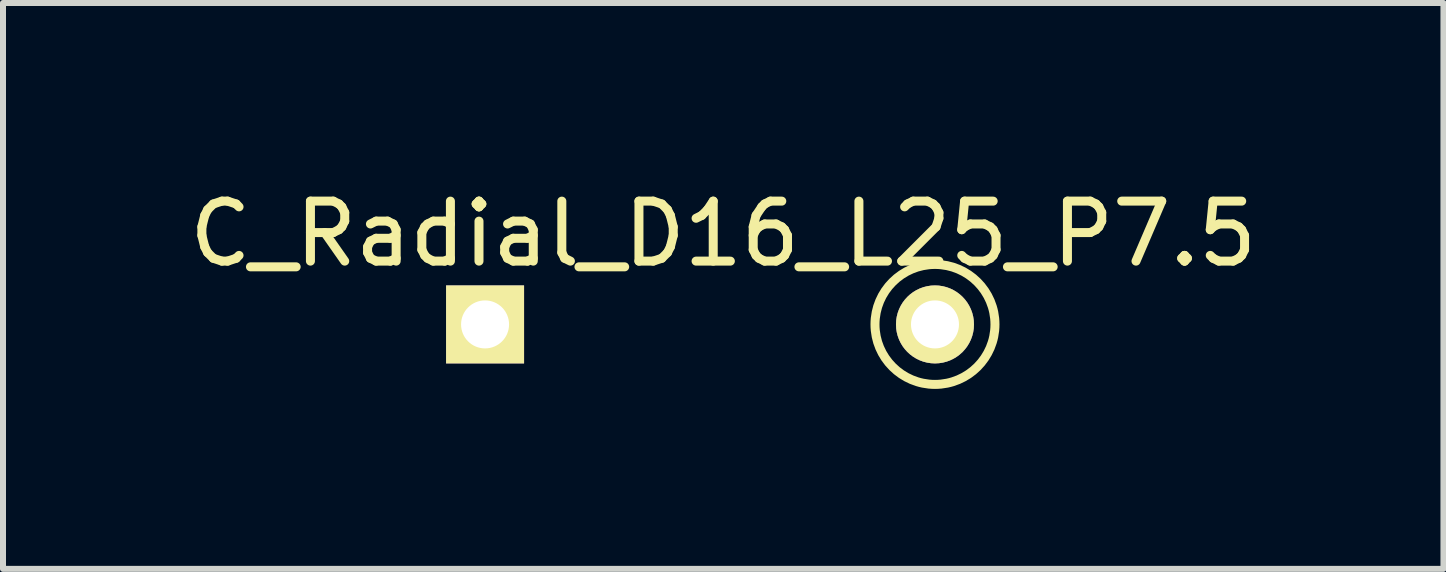
<source format=kicad_pcb>
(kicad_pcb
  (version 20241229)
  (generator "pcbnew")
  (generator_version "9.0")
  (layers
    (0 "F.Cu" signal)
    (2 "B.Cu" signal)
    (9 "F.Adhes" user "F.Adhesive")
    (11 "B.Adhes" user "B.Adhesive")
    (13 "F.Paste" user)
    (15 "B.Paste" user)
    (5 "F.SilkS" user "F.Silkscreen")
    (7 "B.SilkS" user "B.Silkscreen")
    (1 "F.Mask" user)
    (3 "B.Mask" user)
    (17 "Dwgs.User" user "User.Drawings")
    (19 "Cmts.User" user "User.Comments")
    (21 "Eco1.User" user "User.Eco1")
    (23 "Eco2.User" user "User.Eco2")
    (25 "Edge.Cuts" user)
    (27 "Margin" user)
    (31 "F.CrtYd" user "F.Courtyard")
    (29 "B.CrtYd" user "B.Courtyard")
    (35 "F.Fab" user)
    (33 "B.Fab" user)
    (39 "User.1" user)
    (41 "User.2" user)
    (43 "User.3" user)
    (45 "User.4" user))
  (footprint "C_Radial_D16_L25_P7.5"
    (layer "F.Cu")
    (at 5.036 2.358)
    (property "Reference" "C_Radial_D16_L25_P7.5" (at 3.97 -1.51 0) (layer "F.SilkS") (effects (font (size 1 1) (thickness 0.15))))
    (attr through_hole)
    (fp_circle (center 7.5 0) (end 7.5 -1) (stroke (width 0.15) (type solid)) (fill no) (layer "F.SilkS"))
    (pad "1" thru_hole rect (at 0 0) (size 1.3 1.3) (drill 0.8) (layers "*.Cu" "*.Mask" "F.SilkS"))
    (pad "2" thru_hole circle (at 7.5 0) (size 1.3 1.3) (drill 0.8) (layers "*.Cu" "*.Mask" "F.SilkS")))
  (gr_rect
    (start -3 -3)
    (end 21.012 6.433)
    (stroke (width 0.1) (type default))
    (fill no)
    (layer "Edge.Cuts")))
</source>
